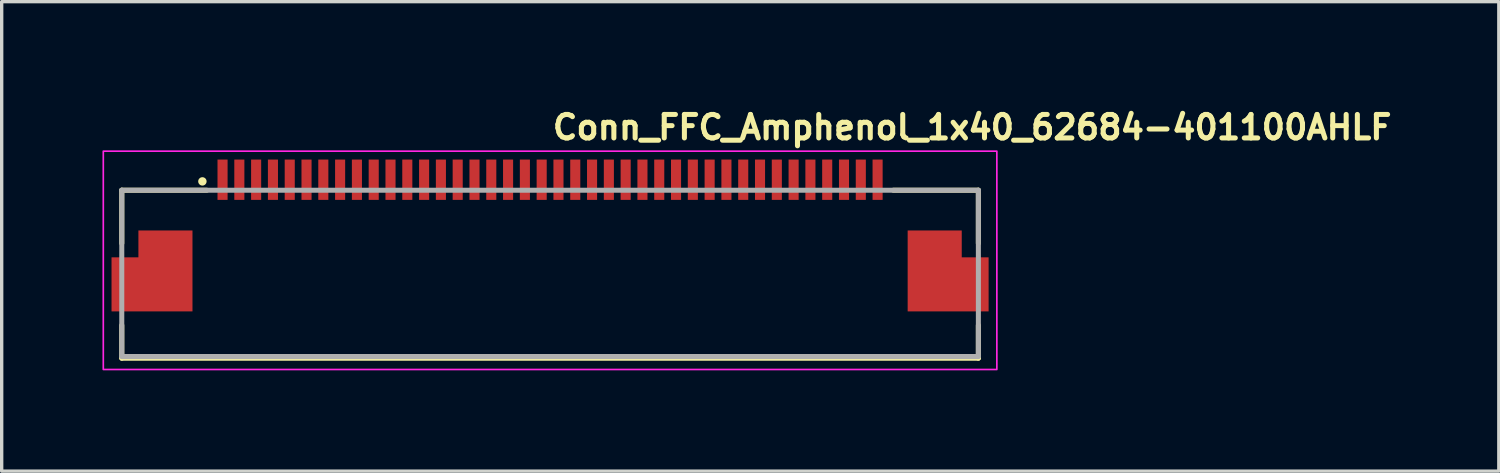
<source format=kicad_pcb>
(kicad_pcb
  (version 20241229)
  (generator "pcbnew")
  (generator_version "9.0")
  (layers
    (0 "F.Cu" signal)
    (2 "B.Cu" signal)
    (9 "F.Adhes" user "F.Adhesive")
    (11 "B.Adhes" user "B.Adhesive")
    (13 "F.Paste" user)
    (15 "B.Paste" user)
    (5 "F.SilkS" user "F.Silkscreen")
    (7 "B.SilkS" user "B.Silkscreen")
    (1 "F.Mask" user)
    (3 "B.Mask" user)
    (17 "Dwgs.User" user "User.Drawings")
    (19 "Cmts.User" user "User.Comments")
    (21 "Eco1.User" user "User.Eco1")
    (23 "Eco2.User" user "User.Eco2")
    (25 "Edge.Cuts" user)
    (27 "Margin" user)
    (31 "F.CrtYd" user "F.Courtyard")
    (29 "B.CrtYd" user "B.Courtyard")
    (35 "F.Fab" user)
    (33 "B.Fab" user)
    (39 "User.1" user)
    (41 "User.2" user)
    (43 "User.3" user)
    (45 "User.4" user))
  (footprint "Conn_FFC_Amphenol_1x40_62684-401100AHLF"
    (layer "F.Cu")
    (at 13.325 4.85)
    (property "Reference" "Conn_FFC_Amphenol_1x40_62684-401100AHLF" (at 0 -3.7 0) (layer "F.SilkS") (effects (font (size 0.7 0.7) (thickness 0.15)) (justify left bottom)))
    (attr smd)
    (fp_poly (pts (xy -10.55 -1.137) (xy -12.35 -1.137) (xy -12.35 -0.337) (xy -13.15 -0.337) (xy -13.15 1.463) (xy -10.55 1.463)) (stroke (width 0.01) (type solid)) (fill yes) (layer "F.Mask"))
    (fp_poly (pts (xy 10.55 -1.137) (xy 12.35 -1.137) (xy 12.35 -0.337) (xy 13.15 -0.337) (xy 13.15 1.463) (xy 10.55 1.463)) (stroke (width 0.01) (type solid)) (fill yes) (layer "F.Mask"))
    (fp_line (start -12.75 -2.237) (end -12.75 -0.657) (stroke (width 0.15) (type solid)) (layer "F.SilkS"))
    (fp_line (start -12.75 -2.237) (end -10.22 -2.237) (stroke (width 0.15) (type solid)) (layer "F.SilkS"))
    (fp_line (start -12.75 2.763) (end -12.75 1.783) (stroke (width 0.15) (type solid)) (layer "F.SilkS"))
    (fp_line (start 12.75 -2.237) (end 10.22 -2.237) (stroke (width 0.15) (type solid)) (layer "F.SilkS"))
    (fp_line (start 12.75 -0.657) (end 12.75 -2.237) (stroke (width 0.15) (type solid)) (layer "F.SilkS"))
    (fp_line (start 12.75 1.783) (end 12.75 2.763) (stroke (width 0.15) (type solid)) (layer "F.SilkS"))
    (fp_line (start 12.75 2.763) (end -12.75 2.763) (stroke (width 0.15) (type solid)) (layer "F.SilkS"))
    (fp_circle (center -10.35 -2.5) (end -10.3 -2.5) (stroke (width 0.15) (type solid)) (fill yes) (layer "F.SilkS"))
    (fp_poly (pts (xy -10.65 -1.037) (xy -12.25 -1.037) (xy -12.25 -0.237) (xy -13.05 -0.237) (xy -13.05 1.363) (xy -10.65 1.363)) (stroke (width 0.01) (type solid)) (fill yes) (layer "F.Paste"))
    (fp_poly (pts (xy 10.65 -1.037) (xy 12.25 -1.037) (xy 12.25 -0.237) (xy 13.05 -0.237) (xy 13.05 1.363) (xy 10.65 1.363)) (stroke (width 0.01) (type solid)) (fill yes) (layer "F.Paste"))
    (fp_rect (start -13.3 -3.4) (end 13.3 3.1) (stroke (width 0.05) (type solid)) (fill no) (layer "F.CrtYd"))
    (fp_line (start -12.75 -2.237) (end 12.75 -2.237) (stroke (width 0.15) (type solid)) (layer "F.Fab"))
    (fp_line (start -12.75 2.7) (end -12.75 -2.237) (stroke (width 0.15) (type solid)) (layer "F.Fab"))
    (fp_line (start 12.75 -2.237) (end 12.75 2.7) (stroke (width 0.15) (type solid)) (layer "F.Fab"))
    (fp_line (start 12.75 2.713) (end -12.75 2.713) (stroke (width 0.15) (type solid)) (layer "F.Fab"))
    (fp_rect (start -12.75 -2.8) (end 12.75 2.8) (stroke (width 0.1) (type solid)) (fill no) (layer "User.5"))
    (fp_line (start -12.75 0.1) (end -12.15 0.1) (stroke (width 0.02) (type solid)) (layer "User.9"))
    (fp_line (start -12.75 0.35) (end -12.75 0.1) (stroke (width 0.02) (type solid)) (layer "User.9"))
    (fp_line (start -12.75 0.85) (end -12.5 0.85) (stroke (width 0.02) (type solid)) (layer "User.9"))
    (fp_line (start -12.75 1.1) (end -12.75 0.85) (stroke (width 0.02) (type solid)) (layer "User.9"))
    (fp_line (start -12.75 1.8) (end -12.75 2.6) (stroke (width 0.02) (type solid)) (layer "User.9"))
    (fp_line (start -12.75 2.61) (end -12.75 2.6) (stroke (width 0.02) (type solid)) (layer "User.9"))
    (fp_line (start -12.749 2.62) (end -12.75 2.61) (stroke (width 0.02) (type solid)) (layer "User.9"))
    (fp_line (start -12.748 2.63) (end -12.749 2.62) (stroke (width 0.02) (type solid)) (layer "User.9"))
    (fp_line (start -12.746 2.64) (end -12.748 2.63) (stroke (width 0.02) (type solid)) (layer "User.9"))
    (fp_line (start -12.744 2.65) (end -12.746 2.64) (stroke (width 0.02) (type solid)) (layer "User.9"))
    (fp_line (start -12.741 2.659) (end -12.744 2.65) (stroke (width 0.02) (type solid)) (layer "User.9"))
    (fp_line (start -12.738 2.669) (end -12.741 2.659) (stroke (width 0.02) (type solid)) (layer "User.9"))
    (fp_line (start -12.734 2.678) (end -12.738 2.669) (stroke (width 0.02) (type solid)) (layer "User.9"))
    (fp_line (start -12.73 2.687) (end -12.734 2.678) (stroke (width 0.02) (type solid)) (layer "User.9"))
    (fp_line (start -12.726 2.695) (end -12.73 2.687) (stroke (width 0.02) (type solid)) (layer "User.9"))
    (fp_line (start -12.721 2.704) (end -12.726 2.695) (stroke (width 0.02) (type solid)) (layer "User.9"))
    (fp_line (start -12.716 2.712) (end -12.721 2.704) (stroke (width 0.02) (type solid)) (layer "User.9"))
    (fp_line (start -12.71 2.72) (end -12.716 2.712) (stroke (width 0.02) (type solid)) (layer "User.9"))
    (fp_line (start -12.704 2.727) (end -12.71 2.72) (stroke (width 0.02) (type solid)) (layer "User.9"))
    (fp_line (start -12.698 2.734) (end -12.704 2.727) (stroke (width 0.02) (type solid)) (layer "User.9"))
    (fp_line (start -12.691 2.741) (end -12.698 2.734) (stroke (width 0.02) (type solid)) (layer "User.9"))
    (fp_line (start -12.684 2.748) (end -12.691 2.741) (stroke (width 0.02) (type solid)) (layer "User.9"))
    (fp_line (start -12.677 2.754) (end -12.684 2.748) (stroke (width 0.02) (type solid)) (layer "User.9"))
    (fp_line (start -12.67 2.76) (end -12.677 2.754) (stroke (width 0.02) (type solid)) (layer "User.9"))
    (fp_line (start -12.662 2.766) (end -12.67 2.76) (stroke (width 0.02) (type solid)) (layer "User.9"))
    (fp_line (start -12.654 2.771) (end -12.662 2.766) (stroke (width 0.02) (type solid)) (layer "User.9"))
    (fp_line (start -12.645 2.776) (end -12.654 2.771) (stroke (width 0.02) (type solid)) (layer "User.9"))
    (fp_line (start -12.637 2.78) (end -12.645 2.776) (stroke (width 0.02) (type solid)) (layer "User.9"))
    (fp_line (start -12.628 2.784) (end -12.637 2.78) (stroke (width 0.02) (type solid)) (layer "User.9"))
    (fp_line (start -12.619 2.788) (end -12.628 2.784) (stroke (width 0.02) (type solid)) (layer "User.9"))
    (fp_line (start -12.609 2.791) (end -12.619 2.788) (stroke (width 0.02) (type solid)) (layer "User.9"))
    (fp_line (start -12.6 2.794) (end -12.609 2.791) (stroke (width 0.02) (type solid)) (layer "User.9"))
    (fp_line (start -12.59 2.796) (end -12.6 2.794) (stroke (width 0.02) (type solid)) (layer "User.9"))
    (fp_line (start -12.58 2.798) (end -12.59 2.796) (stroke (width 0.02) (type solid)) (layer "User.9"))
    (fp_line (start -12.57 2.799) (end -12.58 2.798) (stroke (width 0.02) (type solid)) (layer "User.9"))
    (fp_line (start -12.56 2.8) (end -12.57 2.799) (stroke (width 0.02) (type solid)) (layer "User.9"))
    (fp_line (start -12.55 1.8) (end -12.75 1.8) (stroke (width 0.02) (type solid)) (layer "User.9"))
    (fp_line (start -12.55 2.8) (end -12.56 2.8) (stroke (width 0.02) (type solid)) (layer "User.9"))
    (fp_line (start -12.55 2.8) (end -10.525 2.8) (stroke (width 0.02) (type solid)) (layer "User.9"))
    (fp_line (start -12.55 2.8) (end -10.525 2.8) (stroke (width 0.02) (type solid)) (layer "User.9"))
    (fp_line (start -12.5 0.35) (end -12.75 0.35) (stroke (width 0.02) (type solid)) (layer "User.9"))
    (fp_line (start -12.5 0.85) (end -12.5 0.35) (stroke (width 0.02) (type solid)) (layer "User.9"))
    (fp_line (start -12.217 1.1) (end -12.75 1.1) (stroke (width 0.02) (type solid)) (layer "User.9"))
    (fp_line (start -12.15 -2) (end -11.95 -2.2) (stroke (width 0.02) (type solid)) (layer "User.9"))
    (fp_line (start -12.15 0.245) (end -12.272 1.8) (stroke (width 0.02) (type solid)) (layer "User.9"))
    (fp_line (start -12.15 1.3) (end -12.15 -2) (stroke (width 0.02) (type solid)) (layer "User.9"))
    (fp_line (start -11.75 1.7) (end -12.15 1.3) (stroke (width 0.02) (type solid)) (layer "User.9"))
    (fp_line (start -11.466 1.709) (end -11.479 1.7) (stroke (width 0.02) (type solid)) (layer "User.9"))
    (fp_line (start -11.453 1.718) (end -11.466 1.709) (stroke (width 0.02) (type solid)) (layer "User.9"))
    (fp_line (start -11.439 1.726) (end -11.453 1.718) (stroke (width 0.02) (type solid)) (layer "User.9"))
    (fp_line (start -11.426 1.734) (end -11.439 1.726) (stroke (width 0.02) (type solid)) (layer "User.9"))
    (fp_line (start -11.412 1.742) (end -11.426 1.734) (stroke (width 0.02) (type solid)) (layer "User.9"))
    (fp_line (start -11.398 1.749) (end -11.412 1.742) (stroke (width 0.02) (type solid)) (layer "User.9"))
    (fp_line (start -11.384 1.756) (end -11.398 1.749) (stroke (width 0.02) (type solid)) (layer "User.9"))
    (fp_line (start -11.37 1.762) (end -11.384 1.756) (stroke (width 0.02) (type solid)) (layer "User.9"))
    (fp_line (start -11.355 1.768) (end -11.37 1.762) (stroke (width 0.02) (type solid)) (layer "User.9"))
    (fp_line (start -11.34 1.774) (end -11.383 1.7) (stroke (width 0.02) (type solid)) (layer "User.9"))
    (fp_line (start -11.34 1.774) (end -11.355 1.768) (stroke (width 0.02) (type solid)) (layer "User.9"))
    (fp_line (start -11.326 1.779) (end -11.34 1.774) (stroke (width 0.02) (type solid)) (layer "User.9"))
    (fp_line (start -11.311 1.784) (end -11.326 1.779) (stroke (width 0.02) (type solid)) (layer "User.9"))
    (fp_line (start -11.296 1.789) (end -11.311 1.784) (stroke (width 0.02) (type solid)) (layer "User.9"))
    (fp_line (start -11.281 1.793) (end -11.296 1.789) (stroke (width 0.02) (type solid)) (layer "User.9"))
    (fp_line (start -11.265 1.797) (end -11.281 1.793) (stroke (width 0.02) (type solid)) (layer "User.9"))
    (fp_line (start -11.25 1.8) (end -11.265 1.797) (stroke (width 0.02) (type solid)) (layer "User.9"))
    (fp_line (start -11.025 1.8) (end -11.025 1.7) (stroke (width 0.02) (type solid)) (layer "User.9"))
    (fp_line (start -10.525 2.8) (end -10.325 2.8) (stroke (width 0.02) (type solid)) (layer "User.9"))
    (fp_line (start -10.516 2.8) (end -10.525 2.8) (stroke (width 0.02) (type solid)) (layer "User.9"))
    (fp_line (start -10.507 2.799) (end -10.516 2.8) (stroke (width 0.02) (type solid)) (layer "User.9"))
    (fp_line (start -10.498 2.798) (end -10.507 2.799) (stroke (width 0.02) (type solid)) (layer "User.9"))
    (fp_line (start -10.489 2.797) (end -10.498 2.798) (stroke (width 0.02) (type solid)) (layer "User.9"))
    (fp_line (start -10.479 2.795) (end -10.489 2.797) (stroke (width 0.02) (type solid)) (layer "User.9"))
    (fp_line (start -10.47 2.792) (end -10.479 2.795) (stroke (width 0.02) (type solid)) (layer "User.9"))
    (fp_line (start -10.461 2.789) (end -10.47 2.792) (stroke (width 0.02) (type solid)) (layer "User.9"))
    (fp_line (start -10.451 2.786) (end -10.461 2.789) (stroke (width 0.02) (type solid)) (layer "User.9"))
    (fp_line (start -10.442 2.782) (end -10.451 2.786) (stroke (width 0.02) (type solid)) (layer "User.9"))
    (fp_line (start -10.433 2.778) (end -10.442 2.782) (stroke (width 0.02) (type solid)) (layer "User.9"))
    (fp_line (start -10.424 2.773) (end -10.433 2.778) (stroke (width 0.02) (type solid)) (layer "User.9"))
    (fp_line (start -10.416 2.767) (end -10.424 2.773) (stroke (width 0.02) (type solid)) (layer "User.9"))
    (fp_line (start -10.407 2.762) (end -10.416 2.767) (stroke (width 0.02) (type solid)) (layer "User.9"))
    (fp_line (start -10.399 2.755) (end -10.407 2.762) (stroke (width 0.02) (type solid)) (layer "User.9"))
    (fp_line (start -10.391 2.749) (end -10.399 2.755) (stroke (width 0.02) (type solid)) (layer "User.9"))
    (fp_line (start -10.384 2.741) (end -10.391 2.749) (stroke (width 0.02) (type solid)) (layer "User.9"))
    (fp_line (start -10.384 2.741) (end -10.384 2.741) (stroke (width 0.02) (type solid)) (layer "User.9"))
    (fp_line (start -10.376 2.734) (end -10.384 2.741) (stroke (width 0.02) (type solid)) (layer "User.9"))
    (fp_line (start -10.37 2.726) (end -10.376 2.734) (stroke (width 0.02) (type solid)) (layer "User.9"))
    (fp_line (start -10.363 2.718) (end -10.37 2.726) (stroke (width 0.02) (type solid)) (layer "User.9"))
    (fp_line (start -10.358 2.709) (end -10.363 2.718) (stroke (width 0.02) (type solid)) (layer "User.9"))
    (fp_line (start -10.352 2.701) (end -10.358 2.709) (stroke (width 0.02) (type solid)) (layer "User.9"))
    (fp_line (start -10.347 2.692) (end -10.352 2.701) (stroke (width 0.02) (type solid)) (layer "User.9"))
    (fp_line (start -10.343 2.683) (end -10.347 2.692) (stroke (width 0.02) (type solid)) (layer "User.9"))
    (fp_line (start -10.339 2.674) (end -10.343 2.683) (stroke (width 0.02) (type solid)) (layer "User.9"))
    (fp_line (start -10.336 2.664) (end -10.339 2.674) (stroke (width 0.02) (type solid)) (layer "User.9"))
    (fp_line (start -10.333 2.655) (end -10.336 2.664) (stroke (width 0.02) (type solid)) (layer "User.9"))
    (fp_line (start -10.33 2.646) (end -10.333 2.655) (stroke (width 0.02) (type solid)) (layer "User.9"))
    (fp_line (start -10.328 2.636) (end -10.33 2.646) (stroke (width 0.02) (type solid)) (layer "User.9"))
    (fp_line (start -10.327 2.627) (end -10.328 2.636) (stroke (width 0.02) (type solid)) (layer "User.9"))
    (fp_line (start -10.326 2.618) (end -10.327 2.627) (stroke (width 0.02) (type solid)) (layer "User.9"))
    (fp_line (start -10.325 1.7) (end -11.75 1.7) (stroke (width 0.02) (type solid)) (layer "User.9"))
    (fp_line (start -10.325 1.8) (end -12.55 1.8) (stroke (width 0.02) (type solid)) (layer "User.9"))
    (fp_line (start -10.325 2.6) (end -10.325 2.609) (stroke (width 0.02) (type solid)) (layer "User.9"))
    (fp_line (start -10.325 2.609) (end -10.326 2.618) (stroke (width 0.02) (type solid)) (layer "User.9"))
    (fp_line (start -10.325 2.8) (end -10.325 1.7) (stroke (width 0.02) (type solid)) (layer "User.9"))
    (fp_line (start -10.325 2.8) (end 10.325 2.8) (stroke (width 0.02) (type solid)) (layer "User.9"))
    (fp_line (start -9.85 -2.8) (end -9.85 -2.3) (stroke (width 0.02) (type solid)) (layer "User.9"))
    (fp_line (start -9.85 -2.3) (end -9.85 -2.2) (stroke (width 0.02) (type solid)) (layer "User.9"))
    (fp_line (start -9.65 -2.8) (end -9.85 -2.8) (stroke (width 0.02) (type solid)) (layer "User.9"))
    (fp_line (start -9.65 -2.8) (end -9.65 -2.3) (stroke (width 0.02) (type solid)) (layer "User.9"))
    (fp_line (start -9.65 -2.3) (end -9.85 -2.3) (stroke (width 0.02) (type solid)) (layer "User.9"))
    (fp_line (start -9.65 -2.3) (end -9.65 -2.2) (stroke (width 0.02) (type solid)) (layer "User.9"))
    (fp_line (start -9.35 -2.8) (end -9.35 -2.3) (stroke (width 0.02) (type solid)) (layer "User.9"))
    (fp_line (start -9.35 -2.3) (end -9.35 -2.2) (stroke (width 0.02) (type solid)) (layer "User.9"))
    (fp_line (start -9.15 -2.8) (end -9.35 -2.8) (stroke (width 0.02) (type solid)) (layer "User.9"))
    (fp_line (start -9.15 -2.8) (end -9.15 -2.3) (stroke (width 0.02) (type solid)) (layer "User.9"))
    (fp_line (start -9.15 -2.3) (end -9.35 -2.3) (stroke (width 0.02) (type solid)) (layer "User.9"))
    (fp_line (start -9.15 -2.3) (end -9.15 -2.2) (stroke (width 0.02) (type solid)) (layer "User.9"))
    (fp_line (start -8.85 -2.8) (end -8.85 -2.3) (stroke (width 0.02) (type solid)) (layer "User.9"))
    (fp_line (start -8.85 -2.3) (end -8.85 -2.2) (stroke (width 0.02) (type solid)) (layer "User.9"))
    (fp_line (start -8.65 -2.8) (end -8.85 -2.8) (stroke (width 0.02) (type solid)) (layer "User.9"))
    (fp_line (start -8.65 -2.8) (end -8.65 -2.3) (stroke (width 0.02) (type solid)) (layer "User.9"))
    (fp_line (start -8.65 -2.3) (end -8.85 -2.3) (stroke (width 0.02) (type solid)) (layer "User.9"))
    (fp_line (start -8.65 -2.3) (end -8.65 -2.2) (stroke (width 0.02) (type solid)) (layer "User.9"))
    (fp_line (start -8.35 -2.8) (end -8.35 -2.3) (stroke (width 0.02) (type solid)) (layer "User.9"))
    (fp_line (start -8.35 -2.3) (end -8.35 -2.2) (stroke (width 0.02) (type solid)) (layer "User.9"))
    (fp_line (start -8.15 -2.8) (end -8.35 -2.8) (stroke (width 0.02) (type solid)) (layer "User.9"))
    (fp_line (start -8.15 -2.8) (end -8.15 -2.3) (stroke (width 0.02) (type solid)) (layer "User.9"))
    (fp_line (start -8.15 -2.3) (end -8.35 -2.3) (stroke (width 0.02) (type solid)) (layer "User.9"))
    (fp_line (start -8.15 -2.3) (end -8.15 -2.2) (stroke (width 0.02) (type solid)) (layer "User.9"))
    (fp_line (start -7.85 -2.8) (end -7.85 -2.3) (stroke (width 0.02) (type solid)) (layer "User.9"))
    (fp_line (start -7.85 -2.3) (end -7.85 -2.2) (stroke (width 0.02) (type solid)) (layer "User.9"))
    (fp_line (start -7.65 -2.8) (end -7.85 -2.8) (stroke (width 0.02) (type solid)) (layer "User.9"))
    (fp_line (start -7.65 -2.8) (end -7.65 -2.3) (stroke (width 0.02) (type solid)) (layer "User.9"))
    (fp_line (start -7.65 -2.3) (end -7.85 -2.3) (stroke (width 0.02) (type solid)) (layer "User.9"))
    (fp_line (start -7.65 -2.3) (end -7.65 -2.2) (stroke (width 0.02) (type solid)) (layer "User.9"))
    (fp_line (start -7.35 -2.8) (end -7.35 -2.3) (stroke (width 0.02) (type solid)) (layer "User.9"))
    (fp_line (start -7.35 -2.3) (end -7.35 -2.2) (stroke (width 0.02) (type solid)) (layer "User.9"))
    (fp_line (start -7.15 -2.8) (end -7.35 -2.8) (stroke (width 0.02) (type solid)) (layer "User.9"))
    (fp_line (start -7.15 -2.8) (end -7.15 -2.3) (stroke (width 0.02) (type solid)) (layer "User.9"))
    (fp_line (start -7.15 -2.3) (end -7.35 -2.3) (stroke (width 0.02) (type solid)) (layer "User.9"))
    (fp_line (start -7.15 -2.3) (end -7.15 -2.2) (stroke (width 0.02) (type solid)) (layer "User.9"))
    (fp_line (start -6.85 -2.8) (end -6.85 -2.3) (stroke (width 0.02) (type solid)) (layer "User.9"))
    (fp_line (start -6.85 -2.3) (end -6.85 -2.2) (stroke (width 0.02) (type solid)) (layer "User.9"))
    (fp_line (start -6.65 -2.8) (end -6.85 -2.8) (stroke (width 0.02) (type solid)) (layer "User.9"))
    (fp_line (start -6.65 -2.8) (end -6.65 -2.3) (stroke (width 0.02) (type solid)) (layer "User.9"))
    (fp_line (start -6.65 -2.3) (end -6.85 -2.3) (stroke (width 0.02) (type solid)) (layer "User.9"))
    (fp_line (start -6.65 -2.3) (end -6.65 -2.2) (stroke (width 0.02) (type solid)) (layer "User.9"))
    (fp_line (start -6.35 -2.8) (end -6.35 -2.3) (stroke (width 0.02) (type solid)) (layer "User.9"))
    (fp_line (start -6.35 -2.3) (end -6.35 -2.2) (stroke (width 0.02) (type solid)) (layer "User.9"))
    (fp_line (start -6.15 -2.8) (end -6.35 -2.8) (stroke (width 0.02) (type solid)) (layer "User.9"))
    (fp_line (start -6.15 -2.8) (end -6.15 -2.3) (stroke (width 0.02) (type solid)) (layer "User.9"))
    (fp_line (start -6.15 -2.3) (end -6.35 -2.3) (stroke (width 0.02) (type solid)) (layer "User.9"))
    (fp_line (start -6.15 -2.3) (end -6.15 -2.2) (stroke (width 0.02) (type solid)) (layer "User.9"))
    (fp_line (start -5.85 -2.8) (end -5.85 -2.3) (stroke (width 0.02) (type solid)) (layer "User.9"))
    (fp_line (start -5.85 -2.3) (end -5.85 -2.2) (stroke (width 0.02) (type solid)) (layer "User.9"))
    (fp_line (start -5.65 -2.8) (end -5.85 -2.8) (stroke (width 0.02) (type solid)) (layer "User.9"))
    (fp_line (start -5.65 -2.8) (end -5.65 -2.3) (stroke (width 0.02) (type solid)) (layer "User.9"))
    (fp_line (start -5.65 -2.3) (end -5.85 -2.3) (stroke (width 0.02) (type solid)) (layer "User.9"))
    (fp_line (start -5.65 -2.3) (end -5.65 -2.2) (stroke (width 0.02) (type solid)) (layer "User.9"))
    (fp_line (start -5.35 -2.8) (end -5.35 -2.3) (stroke (width 0.02) (type solid)) (layer "User.9"))
    (fp_line (start -5.35 -2.3) (end -5.35 -2.2) (stroke (width 0.02) (type solid)) (layer "User.9"))
    (fp_line (start -5.15 -2.8) (end -5.35 -2.8) (stroke (width 0.02) (type solid)) (layer "User.9"))
    (fp_line (start -5.15 -2.8) (end -5.15 -2.3) (stroke (width 0.02) (type solid)) (layer "User.9"))
    (fp_line (start -5.15 -2.3) (end -5.35 -2.3) (stroke (width 0.02) (type solid)) (layer "User.9"))
    (fp_line (start -5.15 -2.3) (end -5.15 -2.2) (stroke (width 0.02) (type solid)) (layer "User.9"))
    (fp_line (start -4.85 -2.8) (end -4.85 -2.3) (stroke (width 0.02) (type solid)) (layer "User.9"))
    (fp_line (start -4.85 -2.3) (end -4.85 -2.2) (stroke (width 0.02) (type solid)) (layer "User.9"))
    (fp_line (start -4.65 -2.8) (end -4.85 -2.8) (stroke (width 0.02) (type solid)) (layer "User.9"))
    (fp_line (start -4.65 -2.8) (end -4.65 -2.3) (stroke (width 0.02) (type solid)) (layer "User.9"))
    (fp_line (start -4.65 -2.3) (end -4.85 -2.3) (stroke (width 0.02) (type solid)) (layer "User.9"))
    (fp_line (start -4.65 -2.3) (end -4.65 -2.2) (stroke (width 0.02) (type solid)) (layer "User.9"))
    (fp_line (start -4.35 -2.8) (end -4.35 -2.3) (stroke (width 0.02) (type solid)) (layer "User.9"))
    (fp_line (start -4.35 -2.3) (end -4.35 -2.2) (stroke (width 0.02) (type solid)) (layer "User.9"))
    (fp_line (start -4.15 -2.8) (end -4.35 -2.8) (stroke (width 0.02) (type solid)) (layer "User.9"))
    (fp_line (start -4.15 -2.8) (end -4.15 -2.3) (stroke (width 0.02) (type solid)) (layer "User.9"))
    (fp_line (start -4.15 -2.3) (end -4.35 -2.3) (stroke (width 0.02) (type solid)) (layer "User.9"))
    (fp_line (start -4.15 -2.3) (end -4.15 -2.2) (stroke (width 0.02) (type solid)) (layer "User.9"))
    (fp_line (start -3.85 -2.8) (end -3.85 -2.3) (stroke (width 0.02) (type solid)) (layer "User.9"))
    (fp_line (start -3.85 -2.3) (end -3.85 -2.2) (stroke (width 0.02) (type solid)) (layer "User.9"))
    (fp_line (start -3.65 -2.8) (end -3.85 -2.8) (stroke (width 0.02) (type solid)) (layer "User.9"))
    (fp_line (start -3.65 -2.8) (end -3.65 -2.3) (stroke (width 0.02) (type solid)) (layer "User.9"))
    (fp_line (start -3.65 -2.3) (end -3.85 -2.3) (stroke (width 0.02) (type solid)) (layer "User.9"))
    (fp_line (start -3.65 -2.3) (end -3.65 -2.2) (stroke (width 0.02) (type solid)) (layer "User.9"))
    (fp_line (start -3.35 -2.8) (end -3.35 -2.3) (stroke (width 0.02) (type solid)) (layer "User.9"))
    (fp_line (start -3.35 -2.3) (end -3.35 -2.2) (stroke (width 0.02) (type solid)) (layer "User.9"))
    (fp_line (start -3.15 -2.8) (end -3.35 -2.8) (stroke (width 0.02) (type solid)) (layer "User.9"))
    (fp_line (start -3.15 -2.8) (end -3.15 -2.3) (stroke (width 0.02) (type solid)) (layer "User.9"))
    (fp_line (start -3.15 -2.3) (end -3.35 -2.3) (stroke (width 0.02) (type solid)) (layer "User.9"))
    (fp_line (start -3.15 -2.3) (end -3.15 -2.2) (stroke (width 0.02) (type solid)) (layer "User.9"))
    (fp_line (start -2.85 -2.8) (end -2.85 -2.3) (stroke (width 0.02) (type solid)) (layer "User.9"))
    (fp_line (start -2.85 -2.3) (end -2.85 -2.2) (stroke (width 0.02) (type solid)) (layer "User.9"))
    (fp_line (start -2.65 -2.8) (end -2.85 -2.8) (stroke (width 0.02) (type solid)) (layer "User.9"))
    (fp_line (start -2.65 -2.8) (end -2.65 -2.3) (stroke (width 0.02) (type solid)) (layer "User.9"))
    (fp_line (start -2.65 -2.3) (end -2.85 -2.3) (stroke (width 0.02) (type solid)) (layer "User.9"))
    (fp_line (start -2.65 -2.3) (end -2.65 -2.2) (stroke (width 0.02) (type solid)) (layer "User.9"))
    (fp_line (start -2.35 -2.8) (end -2.35 -2.3) (stroke (width 0.02) (type solid)) (layer "User.9"))
    (fp_line (start -2.35 -2.3) (end -2.35 -2.2) (stroke (width 0.02) (type solid)) (layer "User.9"))
    (fp_line (start -2.15 -2.8) (end -2.35 -2.8) (stroke (width 0.02) (type solid)) (layer "User.9"))
    (fp_line (start -2.15 -2.8) (end -2.15 -2.3) (stroke (width 0.02) (type solid)) (layer "User.9"))
    (fp_line (start -2.15 -2.3) (end -2.35 -2.3) (stroke (width 0.02) (type solid)) (layer "User.9"))
    (fp_line (start -2.15 -2.3) (end -2.15 -2.2) (stroke (width 0.02) (type solid)) (layer "User.9"))
    (fp_line (start -1.85 -2.8) (end -1.85 -2.3) (stroke (width 0.02) (type solid)) (layer "User.9"))
    (fp_line (start -1.85 -2.3) (end -1.85 -2.2) (stroke (width 0.02) (type solid)) (layer "User.9"))
    (fp_line (start -1.65 -2.8) (end -1.85 -2.8) (stroke (width 0.02) (type solid)) (layer "User.9"))
    (fp_line (start -1.65 -2.8) (end -1.65 -2.3) (stroke (width 0.02) (type solid)) (layer "User.9"))
    (fp_line (start -1.65 -2.3) (end -1.85 -2.3) (stroke (width 0.02) (type solid)) (layer "User.9"))
    (fp_line (start -1.65 -2.3) (end -1.65 -2.2) (stroke (width 0.02) (type solid)) (layer "User.9"))
    (fp_line (start -1.35 -2.8) (end -1.35 -2.3) (stroke (width 0.02) (type solid)) (layer "User.9"))
    (fp_line (start -1.35 -2.3) (end -1.35 -2.2) (stroke (width 0.02) (type solid)) (layer "User.9"))
    (fp_line (start -1.15 -2.8) (end -1.35 -2.8) (stroke (width 0.02) (type solid)) (layer "User.9"))
    (fp_line (start -1.15 -2.8) (end -1.15 -2.3) (stroke (width 0.02) (type solid)) (layer "User.9"))
    (fp_line (start -1.15 -2.3) (end -1.35 -2.3) (stroke (width 0.02) (type solid)) (layer "User.9"))
    (fp_line (start -1.15 -2.3) (end -1.15 -2.2) (stroke (width 0.02) (type solid)) (layer "User.9"))
    (fp_line (start -0.85 -2.8) (end -0.85 -2.3) (stroke (width 0.02) (type solid)) (layer "User.9"))
    (fp_line (start -0.85 -2.3) (end -0.85 -2.2) (stroke (width 0.02) (type solid)) (layer "User.9"))
    (fp_line (start -0.65 -2.8) (end -0.85 -2.8) (stroke (width 0.02) (type solid)) (layer "User.9"))
    (fp_line (start -0.65 -2.8) (end -0.65 -2.3) (stroke (width 0.02) (type solid)) (layer "User.9"))
    (fp_line (start -0.65 -2.3) (end -0.85 -2.3) (stroke (width 0.02) (type solid)) (layer "User.9"))
    (fp_line (start -0.65 -2.3) (end -0.65 -2.2) (stroke (width 0.02) (type solid)) (layer "User.9"))
    (fp_line (start -0.35 -2.8) (end -0.35 -2.3) (stroke (width 0.02) (type solid)) (layer "User.9"))
    (fp_line (start -0.35 -2.3) (end -0.35 -2.2) (stroke (width 0.02) (type solid)) (layer "User.9"))
    (fp_line (start -0.15 -2.8) (end -0.35 -2.8) (stroke (width 0.02) (type solid)) (layer "User.9"))
    (fp_line (start -0.15 -2.8) (end -0.15 -2.3) (stroke (width 0.02) (type solid)) (layer "User.9"))
    (fp_line (start -0.15 -2.3) (end -0.35 -2.3) (stroke (width 0.02) (type solid)) (layer "User.9"))
    (fp_line (start -0.15 -2.3) (end -0.15 -2.2) (stroke (width 0.02) (type solid)) (layer "User.9"))
    (fp_line (start 0.15 -2.8) (end 0.15 -2.3) (stroke (width 0.02) (type solid)) (layer "User.9"))
    (fp_line (start 0.15 -2.3) (end 0.15 -2.2) (stroke (width 0.02) (type solid)) (layer "User.9"))
    (fp_line (start 0.35 -2.8) (end 0.15 -2.8) (stroke (width 0.02) (type solid)) (layer "User.9"))
    (fp_line (start 0.35 -2.8) (end 0.35 -2.3) (stroke (width 0.02) (type solid)) (layer "User.9"))
    (fp_line (start 0.35 -2.3) (end 0.15 -2.3) (stroke (width 0.02) (type solid)) (layer "User.9"))
    (fp_line (start 0.35 -2.3) (end 0.35 -2.2) (stroke (width 0.02) (type solid)) (layer "User.9"))
    (fp_line (start 0.65 -2.8) (end 0.65 -2.3) (stroke (width 0.02) (type solid)) (layer "User.9"))
    (fp_line (start 0.65 -2.3) (end 0.65 -2.2) (stroke (width 0.02) (type solid)) (layer "User.9"))
    (fp_line (start 0.85 -2.8) (end 0.65 -2.8) (stroke (width 0.02) (type solid)) (layer "User.9"))
    (fp_line (start 0.85 -2.8) (end 0.85 -2.3) (stroke (width 0.02) (type solid)) (layer "User.9"))
    (fp_line (start 0.85 -2.3) (end 0.65 -2.3) (stroke (width 0.02) (type solid)) (layer "User.9"))
    (fp_line (start 0.85 -2.3) (end 0.85 -2.2) (stroke (width 0.02) (type solid)) (layer "User.9"))
    (fp_line (start 1.15 -2.8) (end 1.15 -2.3) (stroke (width 0.02) (type solid)) (layer "User.9"))
    (fp_line (start 1.15 -2.3) (end 1.15 -2.2) (stroke (width 0.02) (type solid)) (layer "User.9"))
    (fp_line (start 1.35 -2.8) (end 1.15 -2.8) (stroke (width 0.02) (type solid)) (layer "User.9"))
    (fp_line (start 1.35 -2.8) (end 1.35 -2.3) (stroke (width 0.02) (type solid)) (layer "User.9"))
    (fp_line (start 1.35 -2.3) (end 1.15 -2.3) (stroke (width 0.02) (type solid)) (layer "User.9"))
    (fp_line (start 1.35 -2.3) (end 1.35 -2.2) (stroke (width 0.02) (type solid)) (layer "User.9"))
    (fp_line (start 1.65 -2.8) (end 1.65 -2.3) (stroke (width 0.02) (type solid)) (layer "User.9"))
    (fp_line (start 1.65 -2.3) (end 1.65 -2.2) (stroke (width 0.02) (type solid)) (layer "User.9"))
    (fp_line (start 1.85 -2.8) (end 1.65 -2.8) (stroke (width 0.02) (type solid)) (layer "User.9"))
    (fp_line (start 1.85 -2.8) (end 1.85 -2.3) (stroke (width 0.02) (type solid)) (layer "User.9"))
    (fp_line (start 1.85 -2.3) (end 1.65 -2.3) (stroke (width 0.02) (type solid)) (layer "User.9"))
    (fp_line (start 1.85 -2.3) (end 1.85 -2.2) (stroke (width 0.02) (type solid)) (layer "User.9"))
    (fp_line (start 2.15 -2.8) (end 2.15 -2.3) (stroke (width 0.02) (type solid)) (layer "User.9"))
    (fp_line (start 2.15 -2.3) (end 2.15 -2.2) (stroke (width 0.02) (type solid)) (layer "User.9"))
    (fp_line (start 2.35 -2.8) (end 2.15 -2.8) (stroke (width 0.02) (type solid)) (layer "User.9"))
    (fp_line (start 2.35 -2.8) (end 2.35 -2.3) (stroke (width 0.02) (type solid)) (layer "User.9"))
    (fp_line (start 2.35 -2.3) (end 2.15 -2.3) (stroke (width 0.02) (type solid)) (layer "User.9"))
    (fp_line (start 2.35 -2.3) (end 2.35 -2.2) (stroke (width 0.02) (type solid)) (layer "User.9"))
    (fp_line (start 2.65 -2.8) (end 2.65 -2.3) (stroke (width 0.02) (type solid)) (layer "User.9"))
    (fp_line (start 2.65 -2.3) (end 2.65 -2.2) (stroke (width 0.02) (type solid)) (layer "User.9"))
    (fp_line (start 2.85 -2.8) (end 2.65 -2.8) (stroke (width 0.02) (type solid)) (layer "User.9"))
    (fp_line (start 2.85 -2.8) (end 2.85 -2.3) (stroke (width 0.02) (type solid)) (layer "User.9"))
    (fp_line (start 2.85 -2.3) (end 2.65 -2.3) (stroke (width 0.02) (type solid)) (layer "User.9"))
    (fp_line (start 2.85 -2.3) (end 2.85 -2.2) (stroke (width 0.02) (type solid)) (layer "User.9"))
    (fp_line (start 3.15 -2.8) (end 3.15 -2.3) (stroke (width 0.02) (type solid)) (layer "User.9"))
    (fp_line (start 3.15 -2.3) (end 3.15 -2.2) (stroke (width 0.02) (type solid)) (layer "User.9"))
    (fp_line (start 3.35 -2.8) (end 3.15 -2.8) (stroke (width 0.02) (type solid)) (layer "User.9"))
    (fp_line (start 3.35 -2.8) (end 3.35 -2.3) (stroke (width 0.02) (type solid)) (layer "User.9"))
    (fp_line (start 3.35 -2.3) (end 3.15 -2.3) (stroke (width 0.02) (type solid)) (layer "User.9"))
    (fp_line (start 3.35 -2.3) (end 3.35 -2.2) (stroke (width 0.02) (type solid)) (layer "User.9"))
    (fp_line (start 3.65 -2.8) (end 3.65 -2.3) (stroke (width 0.02) (type solid)) (layer "User.9"))
    (fp_line (start 3.65 -2.3) (end 3.65 -2.2) (stroke (width 0.02) (type solid)) (layer "User.9"))
    (fp_line (start 3.85 -2.8) (end 3.65 -2.8) (stroke (width 0.02) (type solid)) (layer "User.9"))
    (fp_line (start 3.85 -2.8) (end 3.85 -2.3) (stroke (width 0.02) (type solid)) (layer "User.9"))
    (fp_line (start 3.85 -2.3) (end 3.65 -2.3) (stroke (width 0.02) (type solid)) (layer "User.9"))
    (fp_line (start 3.85 -2.3) (end 3.85 -2.2) (stroke (width 0.02) (type solid)) (layer "User.9"))
    (fp_line (start 4.15 -2.8) (end 4.15 -2.3) (stroke (width 0.02) (type solid)) (layer "User.9"))
    (fp_line (start 4.15 -2.3) (end 4.15 -2.2) (stroke (width 0.02) (type solid)) (layer "User.9"))
    (fp_line (start 4.35 -2.8) (end 4.15 -2.8) (stroke (width 0.02) (type solid)) (layer "User.9"))
    (fp_line (start 4.35 -2.8) (end 4.35 -2.3) (stroke (width 0.02) (type solid)) (layer "User.9"))
    (fp_line (start 4.35 -2.3) (end 4.15 -2.3) (stroke (width 0.02) (type solid)) (layer "User.9"))
    (fp_line (start 4.35 -2.3) (end 4.35 -2.2) (stroke (width 0.02) (type solid)) (layer "User.9"))
    (fp_line (start 4.65 -2.8) (end 4.65 -2.3) (stroke (width 0.02) (type solid)) (layer "User.9"))
    (fp_line (start 4.65 -2.3) (end 4.65 -2.2) (stroke (width 0.02) (type solid)) (layer "User.9"))
    (fp_line (start 4.85 -2.8) (end 4.65 -2.8) (stroke (width 0.02) (type solid)) (layer "User.9"))
    (fp_line (start 4.85 -2.8) (end 4.85 -2.3) (stroke (width 0.02) (type solid)) (layer "User.9"))
    (fp_line (start 4.85 -2.3) (end 4.65 -2.3) (stroke (width 0.02) (type solid)) (layer "User.9"))
    (fp_line (start 4.85 -2.3) (end 4.85 -2.2) (stroke (width 0.02) (type solid)) (layer "User.9"))
    (fp_line (start 5.15 -2.8) (end 5.15 -2.3) (stroke (width 0.02) (type solid)) (layer "User.9"))
    (fp_line (start 5.15 -2.3) (end 5.15 -2.2) (stroke (width 0.02) (type solid)) (layer "User.9"))
    (fp_line (start 5.35 -2.8) (end 5.15 -2.8) (stroke (width 0.02) (type solid)) (layer "User.9"))
    (fp_line (start 5.35 -2.8) (end 5.35 -2.3) (stroke (width 0.02) (type solid)) (layer "User.9"))
    (fp_line (start 5.35 -2.3) (end 5.15 -2.3) (stroke (width 0.02) (type solid)) (layer "User.9"))
    (fp_line (start 5.35 -2.3) (end 5.35 -2.2) (stroke (width 0.02) (type solid)) (layer "User.9"))
    (fp_line (start 5.65 -2.8) (end 5.65 -2.3) (stroke (width 0.02) (type solid)) (layer "User.9"))
    (fp_line (start 5.65 -2.3) (end 5.65 -2.2) (stroke (width 0.02) (type solid)) (layer "User.9"))
    (fp_line (start 5.85 -2.8) (end 5.65 -2.8) (stroke (width 0.02) (type solid)) (layer "User.9"))
    (fp_line (start 5.85 -2.8) (end 5.85 -2.3) (stroke (width 0.02) (type solid)) (layer "User.9"))
    (fp_line (start 5.85 -2.3) (end 5.65 -2.3) (stroke (width 0.02) (type solid)) (layer "User.9"))
    (fp_line (start 5.85 -2.3) (end 5.85 -2.2) (stroke (width 0.02) (type solid)) (layer "User.9"))
    (fp_line (start 6.15 -2.8) (end 6.15 -2.3) (stroke (width 0.02) (type solid)) (layer "User.9"))
    (fp_line (start 6.15 -2.3) (end 6.15 -2.2) (stroke (width 0.02) (type solid)) (layer "User.9"))
    (fp_line (start 6.35 -2.8) (end 6.15 -2.8) (stroke (width 0.02) (type solid)) (layer "User.9"))
    (fp_line (start 6.35 -2.8) (end 6.35 -2.3) (stroke (width 0.02) (type solid)) (layer "User.9"))
    (fp_line (start 6.35 -2.3) (end 6.15 -2.3) (stroke (width 0.02) (type solid)) (layer "User.9"))
    (fp_line (start 6.35 -2.3) (end 6.35 -2.2) (stroke (width 0.02) (type solid)) (layer "User.9"))
    (fp_line (start 6.65 -2.8) (end 6.65 -2.3) (stroke (width 0.02) (type solid)) (layer "User.9"))
    (fp_line (start 6.65 -2.3) (end 6.65 -2.2) (stroke (width 0.02) (type solid)) (layer "User.9"))
    (fp_line (start 6.85 -2.8) (end 6.65 -2.8) (stroke (width 0.02) (type solid)) (layer "User.9"))
    (fp_line (start 6.85 -2.8) (end 6.85 -2.3) (stroke (width 0.02) (type solid)) (layer "User.9"))
    (fp_line (start 6.85 -2.3) (end 6.65 -2.3) (stroke (width 0.02) (type solid)) (layer "User.9"))
    (fp_line (start 6.85 -2.3) (end 6.85 -2.2) (stroke (width 0.02) (type solid)) (layer "User.9"))
    (fp_line (start 7.15 -2.8) (end 7.15 -2.3) (stroke (width 0.02) (type solid)) (layer "User.9"))
    (fp_line (start 7.15 -2.3) (end 7.15 -2.2) (stroke (width 0.02) (type solid)) (layer "User.9"))
    (fp_line (start 7.35 -2.8) (end 7.15 -2.8) (stroke (width 0.02) (type solid)) (layer "User.9"))
    (fp_line (start 7.35 -2.8) (end 7.35 -2.3) (stroke (width 0.02) (type solid)) (layer "User.9"))
    (fp_line (start 7.35 -2.3) (end 7.15 -2.3) (stroke (width 0.02) (type solid)) (layer "User.9"))
    (fp_line (start 7.35 -2.3) (end 7.35 -2.2) (stroke (width 0.02) (type solid)) (layer "User.9"))
    (fp_line (start 7.65 -2.8) (end 7.65 -2.3) (stroke (width 0.02) (type solid)) (layer "User.9"))
    (fp_line (start 7.65 -2.3) (end 7.65 -2.2) (stroke (width 0.02) (type solid)) (layer "User.9"))
    (fp_line (start 7.85 -2.8) (end 7.65 -2.8) (stroke (width 0.02) (type solid)) (layer "User.9"))
    (fp_line (start 7.85 -2.8) (end 7.85 -2.3) (stroke (width 0.02) (type solid)) (layer "User.9"))
    (fp_line (start 7.85 -2.3) (end 7.65 -2.3) (stroke (width 0.02) (type solid)) (layer "User.9"))
    (fp_line (start 7.85 -2.3) (end 7.85 -2.2) (stroke (width 0.02) (type solid)) (layer "User.9"))
    (fp_line (start 8.15 -2.8) (end 8.15 -2.3) (stroke (width 0.02) (type solid)) (layer "User.9"))
    (fp_line (start 8.15 -2.3) (end 8.15 -2.2) (stroke (width 0.02) (type solid)) (layer "User.9"))
    (fp_line (start 8.35 -2.8) (end 8.15 -2.8) (stroke (width 0.02) (type solid)) (layer "User.9"))
    (fp_line (start 8.35 -2.8) (end 8.35 -2.3) (stroke (width 0.02) (type solid)) (layer "User.9"))
    (fp_line (start 8.35 -2.3) (end 8.15 -2.3) (stroke (width 0.02) (type solid)) (layer "User.9"))
    (fp_line (start 8.35 -2.3) (end 8.35 -2.2) (stroke (width 0.02) (type solid)) (layer "User.9"))
    (fp_line (start 8.65 -2.8) (end 8.65 -2.3) (stroke (width 0.02) (type solid)) (layer "User.9"))
    (fp_line (start 8.65 -2.3) (end 8.65 -2.2) (stroke (width 0.02) (type solid)) (layer "User.9"))
    (fp_line (start 8.85 -2.8) (end 8.65 -2.8) (stroke (width 0.02) (type solid)) (layer "User.9"))
    (fp_line (start 8.85 -2.8) (end 8.85 -2.3) (stroke (width 0.02) (type solid)) (layer "User.9"))
    (fp_line (start 8.85 -2.3) (end 8.65 -2.3) (stroke (width 0.02) (type solid)) (layer "User.9"))
    (fp_line (start 8.85 -2.3) (end 8.85 -2.2) (stroke (width 0.02) (type solid)) (layer "User.9"))
    (fp_line (start 9.15 -2.8) (end 9.15 -2.3) (stroke (width 0.02) (type solid)) (layer "User.9"))
    (fp_line (start 9.15 -2.3) (end 9.15 -2.2) (stroke (width 0.02) (type solid)) (layer "User.9"))
    (fp_line (start 9.35 -2.8) (end 9.15 -2.8) (stroke (width 0.02) (type solid)) (layer "User.9"))
    (fp_line (start 9.35 -2.8) (end 9.35 -2.3) (stroke (width 0.02) (type solid)) (layer "User.9"))
    (fp_line (start 9.35 -2.3) (end 9.15 -2.3) (stroke (width 0.02) (type solid)) (layer "User.9"))
    (fp_line (start 9.35 -2.3) (end 9.35 -2.2) (stroke (width 0.02) (type solid)) (layer "User.9"))
    (fp_line (start 9.65 -2.8) (end 9.65 -2.3) (stroke (width 0.02) (type solid)) (layer "User.9"))
    (fp_line (start 9.65 -2.3) (end 9.65 -2.2) (stroke (width 0.02) (type solid)) (layer "User.9"))
    (fp_line (start 9.85 -2.8) (end 9.65 -2.8) (stroke (width 0.02) (type solid)) (layer "User.9"))
    (fp_line (start 9.85 -2.8) (end 9.85 -2.3) (stroke (width 0.02) (type solid)) (layer "User.9"))
    (fp_line (start 9.85 -2.3) (end 9.65 -2.3) (stroke (width 0.02) (type solid)) (layer "User.9"))
    (fp_line (start 9.85 -2.3) (end 9.85 -2.2) (stroke (width 0.02) (type solid)) (layer "User.9"))
    (fp_line (start 10.325 1.7) (end 11.75 1.7) (stroke (width 0.02) (type solid)) (layer "User.9"))
    (fp_line (start 10.325 1.8) (end 12.55 1.8) (stroke (width 0.02) (type solid)) (layer "User.9"))
    (fp_line (start 10.325 2.6) (end 10.325 2.609) (stroke (width 0.02) (type solid)) (layer "User.9"))
    (fp_line (start 10.325 2.609) (end 10.326 2.618) (stroke (width 0.02) (type solid)) (layer "User.9"))
    (fp_line (start 10.325 2.8) (end 10.325 1.7) (stroke (width 0.02) (type solid)) (layer "User.9"))
    (fp_line (start 10.325 2.8) (end 10.525 2.8) (stroke (width 0.02) (type solid)) (layer "User.9"))
    (fp_line (start 10.326 2.618) (end 10.327 2.627) (stroke (width 0.02) (type solid)) (layer "User.9"))
    (fp_line (start 10.327 2.627) (end 10.328 2.636) (stroke (width 0.02) (type solid)) (layer "User.9"))
    (fp_line (start 10.328 2.636) (end 10.33 2.646) (stroke (width 0.02) (type solid)) (layer "User.9"))
    (fp_line (start 10.33 2.646) (end 10.333 2.655) (stroke (width 0.02) (type solid)) (layer "User.9"))
    (fp_line (start 10.333 2.655) (end 10.336 2.664) (stroke (width 0.02) (type solid)) (layer "User.9"))
    (fp_line (start 10.336 2.664) (end 10.339 2.674) (stroke (width 0.02) (type solid)) (layer "User.9"))
    (fp_line (start 10.339 2.674) (end 10.343 2.683) (stroke (width 0.02) (type solid)) (layer "User.9"))
    (fp_line (start 10.343 2.683) (end 10.347 2.692) (stroke (width 0.02) (type solid)) (layer "User.9"))
    (fp_line (start 10.347 2.692) (end 10.352 2.701) (stroke (width 0.02) (type solid)) (layer "User.9"))
    (fp_line (start 10.352 2.701) (end 10.358 2.709) (stroke (width 0.02) (type solid)) (layer "User.9"))
    (fp_line (start 10.358 2.709) (end 10.363 2.718) (stroke (width 0.02) (type solid)) (layer "User.9"))
    (fp_line (start 10.363 2.718) (end 10.37 2.726) (stroke (width 0.02) (type solid)) (layer "User.9"))
    (fp_line (start 10.37 2.726) (end 10.376 2.734) (stroke (width 0.02) (type solid)) (layer "User.9"))
    (fp_line (start 10.376 2.734) (end 10.384 2.741) (stroke (width 0.02) (type solid)) (layer "User.9"))
    (fp_line (start 10.384 2.741) (end 10.384 2.741) (stroke (width 0.02) (type solid)) (layer "User.9"))
    (fp_line (start 10.384 2.741) (end 10.391 2.749) (stroke (width 0.02) (type solid)) (layer "User.9"))
    (fp_line (start 10.391 2.749) (end 10.399 2.755) (stroke (width 0.02) (type solid)) (layer "User.9"))
    (fp_line (start 10.399 2.755) (end 10.407 2.762) (stroke (width 0.02) (type solid)) (layer "User.9"))
    (fp_line (start 10.407 2.762) (end 10.416 2.767) (stroke (width 0.02) (type solid)) (layer "User.9"))
    (fp_line (start 10.416 2.767) (end 10.424 2.773) (stroke (width 0.02) (type solid)) (layer "User.9"))
    (fp_line (start 10.424 2.773) (end 10.433 2.778) (stroke (width 0.02) (type solid)) (layer "User.9"))
    (fp_line (start 10.433 2.778) (end 10.442 2.782) (stroke (width 0.02) (type solid)) (layer "User.9"))
    (fp_line (start 10.442 2.782) (end 10.451 2.786) (stroke (width 0.02) (type solid)) (layer "User.9"))
    (fp_line (start 10.451 2.786) (end 10.461 2.789) (stroke (width 0.02) (type solid)) (layer "User.9"))
    (fp_line (start 10.461 2.789) (end 10.47 2.792) (stroke (width 0.02) (type solid)) (layer "User.9"))
    (fp_line (start 10.47 2.792) (end 10.479 2.795) (stroke (width 0.02) (type solid)) (layer "User.9"))
    (fp_line (start 10.479 2.795) (end 10.489 2.797) (stroke (width 0.02) (type solid)) (layer "User.9"))
    (fp_line (start 10.489 2.797) (end 10.498 2.798) (stroke (width 0.02) (type solid)) (layer "User.9"))
    (fp_line (start 10.498 2.798) (end 10.507 2.799) (stroke (width 0.02) (type solid)) (layer "User.9"))
    (fp_line (start 10.507 2.799) (end 10.516 2.8) (stroke (width 0.02) (type solid)) (layer "User.9"))
    (fp_line (start 10.516 2.8) (end 10.525 2.8) (stroke (width 0.02) (type solid)) (layer "User.9"))
    (fp_line (start 10.525 2.8) (end 12.55 2.8) (stroke (width 0.02) (type solid)) (layer "User.9"))
    (fp_line (start 11.025 1.8) (end 11.025 1.7) (stroke (width 0.02) (type solid)) (layer "User.9"))
    (fp_line (start 11.25 1.8) (end 11.265 1.797) (stroke (width 0.02) (type solid)) (layer "User.9"))
    (fp_line (start 11.265 1.797) (end 11.281 1.793) (stroke (width 0.02) (type solid)) (layer "User.9"))
    (fp_line (start 11.281 1.793) (end 11.296 1.789) (stroke (width 0.02) (type solid)) (layer "User.9"))
    (fp_line (start 11.296 1.789) (end 11.311 1.784) (stroke (width 0.02) (type solid)) (layer "User.9"))
    (fp_line (start 11.311 1.784) (end 11.326 1.779) (stroke (width 0.02) (type solid)) (layer "User.9"))
    (fp_line (start 11.326 1.779) (end 11.34 1.774) (stroke (width 0.02) (type solid)) (layer "User.9"))
    (fp_line (start 11.34 1.774) (end 11.355 1.768) (stroke (width 0.02) (type solid)) (layer "User.9"))
    (fp_line (start 11.34 1.774) (end 11.383 1.7) (stroke (width 0.02) (type solid)) (layer "User.9"))
    (fp_line (start 11.355 1.768) (end 11.37 1.762) (stroke (width 0.02) (type solid)) (layer "User.9"))
    (fp_line (start 11.37 1.762) (end 11.384 1.756) (stroke (width 0.02) (type solid)) (layer "User.9"))
    (fp_line (start 11.384 1.756) (end 11.398 1.749) (stroke (width 0.02) (type solid)) (layer "User.9"))
    (fp_line (start 11.398 1.749) (end 11.412 1.742) (stroke (width 0.02) (type solid)) (layer "User.9"))
    (fp_line (start 11.412 1.742) (end 11.426 1.734) (stroke (width 0.02) (type solid)) (layer "User.9"))
    (fp_line (start 11.426 1.734) (end 11.439 1.726) (stroke (width 0.02) (type solid)) (layer "User.9"))
    (fp_line (start 11.439 1.726) (end 11.453 1.718) (stroke (width 0.02) (type solid)) (layer "User.9"))
    (fp_line (start 11.453 1.718) (end 11.466 1.709) (stroke (width 0.02) (type solid)) (layer "User.9"))
    (fp_line (start 11.466 1.709) (end 11.479 1.7) (stroke (width 0.02) (type solid)) (layer "User.9"))
    (fp_line (start 11.75 1.7) (end 12.15 1.3) (stroke (width 0.02) (type solid)) (layer "User.9"))
    (fp_line (start 11.95 -2.2) (end -11.95 -2.2) (stroke (width 0.02) (type solid)) (layer "User.9"))
    (fp_line (start 12.15 -2) (end 11.95 -2.2) (stroke (width 0.02) (type solid)) (layer "User.9"))
    (fp_line (start 12.15 0.245) (end 12.272 1.8) (stroke (width 0.02) (type solid)) (layer "User.9"))
    (fp_line (start 12.15 1.3) (end 12.15 -2) (stroke (width 0.02) (type solid)) (layer "User.9"))
    (fp_line (start 12.217 1.1) (end 12.75 1.1) (stroke (width 0.02) (type solid)) (layer "User.9"))
    (fp_line (start 12.5 0.35) (end 12.75 0.35) (stroke (width 0.02) (type solid)) (layer "User.9"))
    (fp_line (start 12.5 0.85) (end 12.5 0.35) (stroke (width 0.02) (type solid)) (layer "User.9"))
    (fp_line (start 12.55 1.8) (end 12.75 1.8) (stroke (width 0.02) (type solid)) (layer "User.9"))
    (fp_line (start 12.55 2.8) (end 10.525 2.8) (stroke (width 0.02) (type solid)) (layer "User.9"))
    (fp_line (start 12.55 2.8) (end 12.56 2.8) (stroke (width 0.02) (type solid)) (layer "User.9"))
    (fp_line (start 12.56 2.8) (end 12.57 2.799) (stroke (width 0.02) (type solid)) (layer "User.9"))
    (fp_line (start 12.57 2.799) (end 12.58 2.798) (stroke (width 0.02) (type solid)) (layer "User.9"))
    (fp_line (start 12.58 2.798) (end 12.59 2.796) (stroke (width 0.02) (type solid)) (layer "User.9"))
    (fp_line (start 12.59 2.796) (end 12.6 2.794) (stroke (width 0.02) (type solid)) (layer "User.9"))
    (fp_line (start 12.6 2.794) (end 12.609 2.791) (stroke (width 0.02) (type solid)) (layer "User.9"))
    (fp_line (start 12.609 2.791) (end 12.619 2.788) (stroke (width 0.02) (type solid)) (layer "User.9"))
    (fp_line (start 12.619 2.788) (end 12.628 2.784) (stroke (width 0.02) (type solid)) (layer "User.9"))
    (fp_line (start 12.628 2.784) (end 12.637 2.78) (stroke (width 0.02) (type solid)) (layer "User.9"))
    (fp_line (start 12.637 2.78) (end 12.645 2.776) (stroke (width 0.02) (type solid)) (layer "User.9"))
    (fp_line (start 12.645 2.776) (end 12.654 2.771) (stroke (width 0.02) (type solid)) (layer "User.9"))
    (fp_line (start 12.654 2.771) (end 12.662 2.766) (stroke (width 0.02) (type solid)) (layer "User.9"))
    (fp_line (start 12.662 2.766) (end 12.67 2.76) (stroke (width 0.02) (type solid)) (layer "User.9"))
    (fp_line (start 12.67 2.76) (end 12.677 2.754) (stroke (width 0.02) (type solid)) (layer "User.9"))
    (fp_line (start 12.677 2.754) (end 12.684 2.748) (stroke (width 0.02) (type solid)) (layer "User.9"))
    (fp_line (start 12.684 2.748) (end 12.691 2.741) (stroke (width 0.02) (type solid)) (layer "User.9"))
    (fp_line (start 12.691 2.741) (end 12.698 2.734) (stroke (width 0.02) (type solid)) (layer "User.9"))
    (fp_line (start 12.698 2.734) (end 12.704 2.727) (stroke (width 0.02) (type solid)) (layer "User.9"))
    (fp_line (start 12.704 2.727) (end 12.71 2.72) (stroke (width 0.02) (type solid)) (layer "User.9"))
    (fp_line (start 12.71 2.72) (end 12.716 2.712) (stroke (width 0.02) (type solid)) (layer "User.9"))
    (fp_line (start 12.716 2.712) (end 12.721 2.704) (stroke (width 0.02) (type solid)) (layer "User.9"))
    (fp_line (start 12.721 2.704) (end 12.726 2.695) (stroke (width 0.02) (type solid)) (layer "User.9"))
    (fp_line (start 12.726 2.695) (end 12.73 2.687) (stroke (width 0.02) (type solid)) (layer "User.9"))
    (fp_line (start 12.73 2.687) (end 12.734 2.678) (stroke (width 0.02) (type solid)) (layer "User.9"))
    (fp_line (start 12.734 2.678) (end 12.738 2.669) (stroke (width 0.02) (type solid)) (layer "User.9"))
    (fp_line (start 12.738 2.669) (end 12.741 2.659) (stroke (width 0.02) (type solid)) (layer "User.9"))
    (fp_line (start 12.741 2.659) (end 12.744 2.65) (stroke (width 0.02) (type solid)) (layer "User.9"))
    (fp_line (start 12.744 2.65) (end 12.746 2.64) (stroke (width 0.02) (type solid)) (layer "User.9"))
    (fp_line (start 12.746 2.64) (end 12.748 2.63) (stroke (width 0.02) (type solid)) (layer "User.9"))
    (fp_line (start 12.748 2.63) (end 12.749 2.62) (stroke (width 0.02) (type solid)) (layer "User.9"))
    (fp_line (start 12.749 2.62) (end 12.75 2.61) (stroke (width 0.02) (type solid)) (layer "User.9"))
    (fp_line (start 12.75 0.1) (end 12.15 0.1) (stroke (width 0.02) (type solid)) (layer "User.9"))
    (fp_line (start 12.75 0.35) (end 12.75 0.1) (stroke (width 0.02) (type solid)) (layer "User.9"))
    (fp_line (start 12.75 0.85) (end 12.5 0.85) (stroke (width 0.02) (type solid)) (layer "User.9"))
    (fp_line (start 12.75 1.1) (end 12.75 0.85) (stroke (width 0.02) (type solid)) (layer "User.9"))
    (fp_line (start 12.75 1.8) (end 12.75 2.6) (stroke (width 0.02) (type solid)) (layer "User.9"))
    (fp_line (start 12.75 2.61) (end 12.75 2.6) (stroke (width 0.02) (type solid)) (layer "User.9"))
    (pad "1" smd rect (at -9.75 -2.55 180) (size 0.3 1.2) (layers "F.Cu" "F.Mask" "F.Paste"))
    (pad "2" smd rect (at -9.25 -2.55 180) (size 0.3 1.2) (layers "F.Cu" "F.Mask" "F.Paste"))
    (pad "3" smd rect (at -8.75 -2.55 180) (size 0.3 1.2) (layers "F.Cu" "F.Mask" "F.Paste"))
    (pad "4" smd rect (at -8.25 -2.55 180) (size 0.3 1.2) (layers "F.Cu" "F.Mask" "F.Paste"))
    (pad "5" smd rect (at -7.75 -2.55 180) (size 0.3 1.2) (layers "F.Cu" "F.Mask" "F.Paste"))
    (pad "6" smd rect (at -7.25 -2.55 180) (size 0.3 1.2) (layers "F.Cu" "F.Mask" "F.Paste"))
    (pad "7" smd rect (at -6.75 -2.55 180) (size 0.3 1.2) (layers "F.Cu" "F.Mask" "F.Paste"))
    (pad "8" smd rect (at -6.25 -2.55 180) (size 0.3 1.2) (layers "F.Cu" "F.Mask" "F.Paste"))
    (pad "9" smd rect (at -5.75 -2.55 180) (size 0.3 1.2) (layers "F.Cu" "F.Mask" "F.Paste"))
    (pad "10" smd rect (at -5.25 -2.55 180) (size 0.3 1.2) (layers "F.Cu" "F.Mask" "F.Paste"))
    (pad "11" smd rect (at -4.75 -2.55 180) (size 0.3 1.2) (layers "F.Cu" "F.Mask" "F.Paste"))
    (pad "12" smd rect (at -4.25 -2.55 180) (size 0.3 1.2) (layers "F.Cu" "F.Mask" "F.Paste"))
    (pad "13" smd rect (at -3.75 -2.55 180) (size 0.3 1.2) (layers "F.Cu" "F.Mask" "F.Paste"))
    (pad "14" smd rect (at -3.25 -2.55 180) (size 0.3 1.2) (layers "F.Cu" "F.Mask" "F.Paste"))
    (pad "15" smd rect (at -2.75 -2.55 180) (size 0.3 1.2) (layers "F.Cu" "F.Mask" "F.Paste"))
    (pad "16" smd rect (at -2.25 -2.55 180) (size 0.3 1.2) (layers "F.Cu" "F.Mask" "F.Paste"))
    (pad "17" smd rect (at -1.75 -2.55 180) (size 0.3 1.2) (layers "F.Cu" "F.Mask" "F.Paste"))
    (pad "18" smd rect (at -1.25 -2.55 180) (size 0.3 1.2) (layers "F.Cu" "F.Mask" "F.Paste"))
    (pad "19" smd rect (at -0.75 -2.55 180) (size 0.3 1.2) (layers "F.Cu" "F.Mask" "F.Paste"))
    (pad "20" smd rect (at -0.25 -2.55 180) (size 0.3 1.2) (layers "F.Cu" "F.Mask" "F.Paste"))
    (pad "21" smd rect (at 0.25 -2.55 180) (size 0.3 1.2) (layers "F.Cu" "F.Mask" "F.Paste"))
    (pad "22" smd rect (at 0.75 -2.55 180) (size 0.3 1.2) (layers "F.Cu" "F.Mask" "F.Paste"))
    (pad "23" smd rect (at 1.25 -2.55 180) (size 0.3 1.2) (layers "F.Cu" "F.Mask" "F.Paste"))
    (pad "24" smd rect (at 1.75 -2.55 180) (size 0.3 1.2) (layers "F.Cu" "F.Mask" "F.Paste"))
    (pad "25" smd rect (at 2.25 -2.55 180) (size 0.3 1.2) (layers "F.Cu" "F.Mask" "F.Paste"))
    (pad "26" smd rect (at 2.75 -2.55 180) (size 0.3 1.2) (layers "F.Cu" "F.Mask" "F.Paste"))
    (pad "27" smd rect (at 3.25 -2.55 180) (size 0.3 1.2) (layers "F.Cu" "F.Mask" "F.Paste"))
    (pad "28" smd rect (at 3.75 -2.55 180) (size 0.3 1.2) (layers "F.Cu" "F.Mask" "F.Paste"))
    (pad "29" smd rect (at 4.25 -2.55 180) (size 0.3 1.2) (layers "F.Cu" "F.Mask" "F.Paste"))
    (pad "30" smd rect (at 4.75 -2.55 180) (size 0.3 1.2) (layers "F.Cu" "F.Mask" "F.Paste"))
    (pad "31" smd rect (at 5.25 -2.55 180) (size 0.3 1.2) (layers "F.Cu" "F.Mask" "F.Paste"))
    (pad "32" smd rect (at 5.75 -2.55 180) (size 0.3 1.2) (layers "F.Cu" "F.Mask" "F.Paste"))
    (pad "33" smd rect (at 6.25 -2.55 180) (size 0.3 1.2) (layers "F.Cu" "F.Mask" "F.Paste"))
    (pad "34" smd rect (at 6.75 -2.55 180) (size 0.3 1.2) (layers "F.Cu" "F.Mask" "F.Paste"))
    (pad "35" smd rect (at 7.25 -2.55 180) (size 0.3 1.2) (layers "F.Cu" "F.Mask" "F.Paste"))
    (pad "36" smd rect (at 7.75 -2.55 180) (size 0.3 1.2) (layers "F.Cu" "F.Mask" "F.Paste"))
    (pad "37" smd rect (at 8.25 -2.55 180) (size 0.3 1.2) (layers "F.Cu" "F.Mask" "F.Paste"))
    (pad "38" smd rect (at 8.75 -2.55 180) (size 0.3 1.2) (layers "F.Cu" "F.Mask" "F.Paste"))
    (pad "39" smd rect (at 9.25 -2.55 180) (size 0.3 1.2) (layers "F.Cu" "F.Mask" "F.Paste"))
    (pad "40" smd rect (at 9.75 -2.55 180) (size 0.3 1.2) (layers "F.Cu" "F.Mask" "F.Paste"))
    (pad "SH" smd custom (at -11.45 0.565) (size 1.4 1.4) (layers "F.Cu") (options (anchor rect)) (primitives (gr_poly (pts (xy 0.8 -1.6) (xy -0.8 -1.6) (xy -0.8 -0.8) (xy -1.6 -0.8) (xy -1.6 0.8) (xy 0.8 0.8)) (width 0.01) (fill yes))))
    (pad "SH" smd custom (at 11.45 0.565) (size 1.4 1.4) (layers "F.Cu") (options (anchor rect)) (primitives (gr_poly (pts (xy -0.8 -1.6) (xy 0.8 -1.6) (xy 0.8 -0.8) (xy 1.6 -0.8) (xy 1.6 0.8) (xy -0.8 0.8)) (width 0.01) (fill yes)))))
  (gr_rect
    (start -3 -3)
    (end 41.568 10.975)
    (stroke (width 0.1) (type default))
    (fill no)
    (layer "Edge.Cuts")))
</source>
